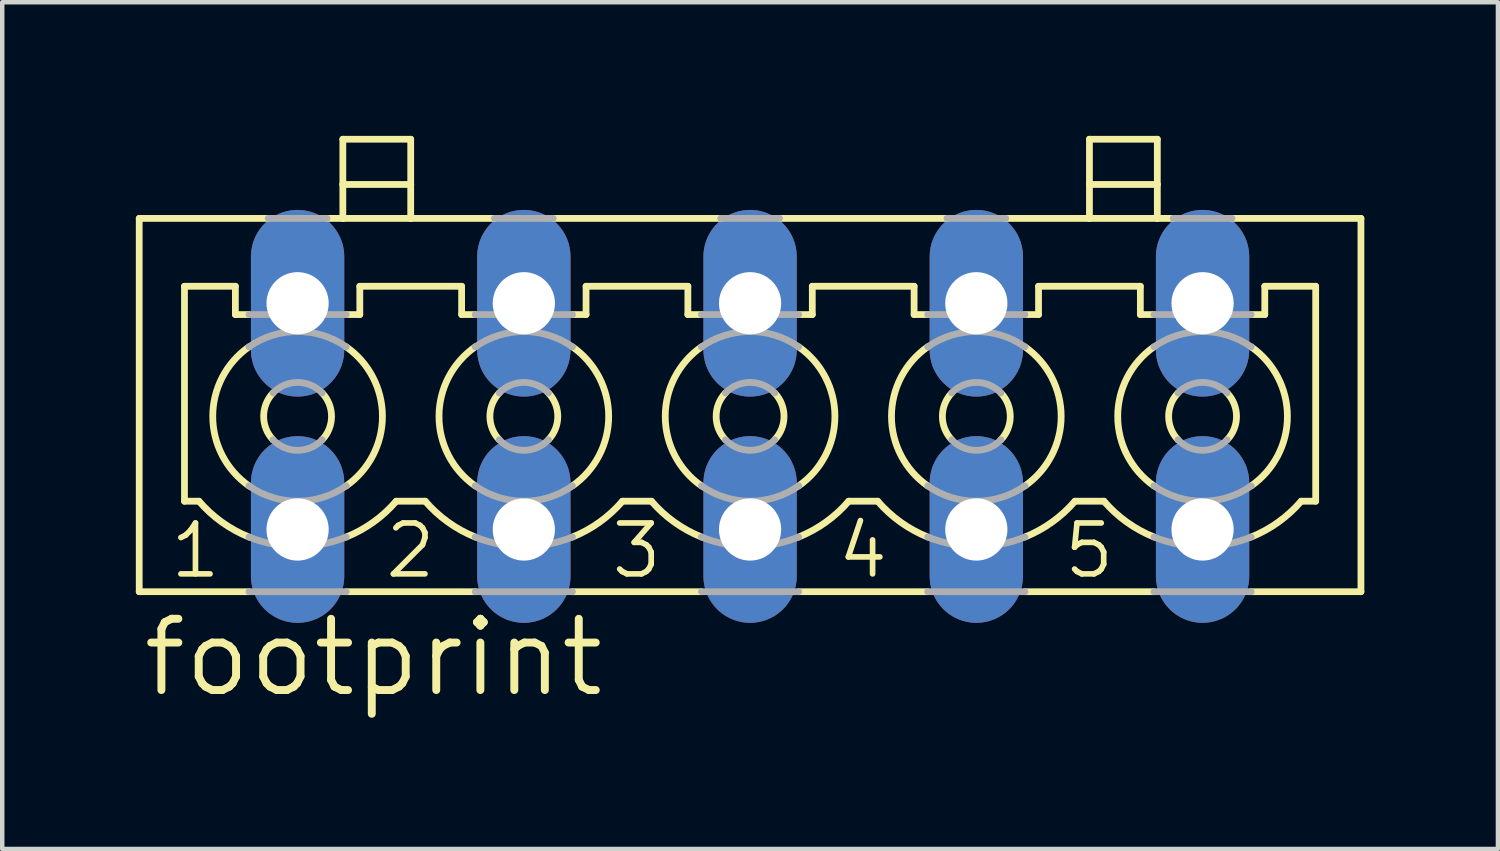
<source format=kicad_pcb>
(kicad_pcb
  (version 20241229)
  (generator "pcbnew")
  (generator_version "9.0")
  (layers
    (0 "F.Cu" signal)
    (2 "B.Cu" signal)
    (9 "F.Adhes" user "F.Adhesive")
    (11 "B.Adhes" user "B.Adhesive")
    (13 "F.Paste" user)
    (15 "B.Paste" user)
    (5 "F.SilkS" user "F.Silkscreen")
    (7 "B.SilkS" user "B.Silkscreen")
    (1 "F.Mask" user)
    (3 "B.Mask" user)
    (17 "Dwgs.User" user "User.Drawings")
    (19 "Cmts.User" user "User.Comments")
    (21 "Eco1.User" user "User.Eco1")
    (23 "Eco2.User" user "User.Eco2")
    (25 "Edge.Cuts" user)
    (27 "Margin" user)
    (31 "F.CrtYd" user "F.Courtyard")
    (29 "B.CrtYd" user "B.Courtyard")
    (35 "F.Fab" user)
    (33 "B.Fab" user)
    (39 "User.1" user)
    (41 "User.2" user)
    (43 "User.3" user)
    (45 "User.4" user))
  (footprint "footprint"
    (layer "F.Cu")
    (at 13.792 6.299)
    (property "Reference" "footprint" (at -13.716 6.35 0) (layer "F.SilkS") (effects (font (size 1.6 1.6) (thickness 0.178)) (justify left bottom)))
    (fp_line (start -13.716 -4.445) (end -13.716 3.937) (stroke (width 0.152) (type solid)) (layer "F.SilkS"))
    (fp_line (start -13.716 -4.445) (end -10.82 -4.445) (stroke (width 0.152) (type solid)) (layer "F.SilkS"))
    (fp_line (start -13.716 3.937) (end -11.252 3.937) (stroke (width 0.152) (type solid)) (layer "F.SilkS"))
    (fp_line (start -12.7 -2.921) (end -12.7 1.905) (stroke (width 0.152) (type solid)) (layer "F.SilkS"))
    (fp_line (start -12.7 -2.921) (end -11.557 -2.921) (stroke (width 0.152) (type solid)) (layer "F.SilkS"))
    (fp_line (start -12.7 1.905) (end -12.374 1.905) (stroke (width 0.152) (type solid)) (layer "F.SilkS"))
    (fp_line (start -11.557 -2.286) (end -11.557 -2.921) (stroke (width 0.152) (type solid)) (layer "F.SilkS"))
    (fp_line (start -11.557 -2.286) (end -11.252 -2.286) (stroke (width 0.152) (type solid)) (layer "F.SilkS"))
    (fp_line (start -9.5 -4.445) (end -9.144 -4.445) (stroke (width 0.152) (type solid)) (layer "F.SilkS"))
    (fp_line (start -9.144 -5.207) (end -9.144 -6.223) (stroke (width 0.152) (type solid)) (layer "F.SilkS"))
    (fp_line (start -9.144 -5.207) (end -7.62 -5.207) (stroke (width 0.152) (type solid)) (layer "F.SilkS"))
    (fp_line (start -9.144 -4.445) (end -9.144 -5.207) (stroke (width 0.152) (type solid)) (layer "F.SilkS"))
    (fp_line (start -9.144 -4.445) (end -7.62 -4.445) (stroke (width 0.152) (type solid)) (layer "F.SilkS"))
    (fp_line (start -9.068 -2.286) (end -8.763 -2.286) (stroke (width 0.152) (type solid)) (layer "F.SilkS"))
    (fp_line (start -9.068 3.937) (end -6.172 3.937) (stroke (width 0.152) (type solid)) (layer "F.SilkS"))
    (fp_line (start -8.763 -2.921) (end -6.477 -2.921) (stroke (width 0.152) (type solid)) (layer "F.SilkS"))
    (fp_line (start -8.763 -2.286) (end -8.763 -2.921) (stroke (width 0.152) (type solid)) (layer "F.SilkS"))
    (fp_line (start -7.946 1.905) (end -7.294 1.905) (stroke (width 0.152) (type solid)) (layer "F.SilkS"))
    (fp_line (start -7.62 -6.223) (end -9.144 -6.223) (stroke (width 0.152) (type solid)) (layer "F.SilkS"))
    (fp_line (start -7.62 -5.207) (end -7.62 -6.223) (stroke (width 0.152) (type solid)) (layer "F.SilkS"))
    (fp_line (start -7.62 -4.445) (end -7.62 -5.207) (stroke (width 0.152) (type solid)) (layer "F.SilkS"))
    (fp_line (start -7.62 -4.445) (end -5.74 -4.445) (stroke (width 0.152) (type solid)) (layer "F.SilkS"))
    (fp_line (start -6.477 -2.286) (end -6.477 -2.921) (stroke (width 0.152) (type solid)) (layer "F.SilkS"))
    (fp_line (start -6.477 -2.286) (end -6.172 -2.286) (stroke (width 0.152) (type solid)) (layer "F.SilkS"))
    (fp_line (start -4.42 -4.445) (end -0.635 -4.445) (stroke (width 0.152) (type solid)) (layer "F.SilkS"))
    (fp_line (start -3.988 -2.286) (end -3.683 -2.286) (stroke (width 0.152) (type solid)) (layer "F.SilkS"))
    (fp_line (start -3.988 3.937) (end -1.092 3.937) (stroke (width 0.152) (type solid)) (layer "F.SilkS"))
    (fp_line (start -3.683 -2.921) (end -1.397 -2.921) (stroke (width 0.152) (type solid)) (layer "F.SilkS"))
    (fp_line (start -3.683 -2.286) (end -3.683 -2.921) (stroke (width 0.152) (type solid)) (layer "F.SilkS"))
    (fp_line (start -2.866 1.905) (end -2.214 1.905) (stroke (width 0.152) (type solid)) (layer "F.SilkS"))
    (fp_line (start -1.397 -2.286) (end -1.397 -2.921) (stroke (width 0.152) (type solid)) (layer "F.SilkS"))
    (fp_line (start -1.397 -2.286) (end -1.092 -2.286) (stroke (width 0.152) (type solid)) (layer "F.SilkS"))
    (fp_line (start 0.66 -4.445) (end 4.445 -4.445) (stroke (width 0.152) (type solid)) (layer "F.SilkS"))
    (fp_line (start 1.092 -2.286) (end 1.397 -2.286) (stroke (width 0.152) (type solid)) (layer "F.SilkS"))
    (fp_line (start 1.092 3.937) (end 3.988 3.937) (stroke (width 0.152) (type solid)) (layer "F.SilkS"))
    (fp_line (start 1.397 -2.921) (end 3.683 -2.921) (stroke (width 0.152) (type solid)) (layer "F.SilkS"))
    (fp_line (start 1.397 -2.286) (end 1.397 -2.921) (stroke (width 0.152) (type solid)) (layer "F.SilkS"))
    (fp_line (start 2.214 1.905) (end 2.866 1.905) (stroke (width 0.152) (type solid)) (layer "F.SilkS"))
    (fp_line (start 3.683 -2.286) (end 3.683 -2.921) (stroke (width 0.152) (type solid)) (layer "F.SilkS"))
    (fp_line (start 3.683 -2.286) (end 3.988 -2.286) (stroke (width 0.152) (type solid)) (layer "F.SilkS"))
    (fp_line (start 5.74 -4.445) (end 7.62 -4.445) (stroke (width 0.152) (type solid)) (layer "F.SilkS"))
    (fp_line (start 6.172 -2.286) (end 6.477 -2.286) (stroke (width 0.152) (type solid)) (layer "F.SilkS"))
    (fp_line (start 6.172 3.937) (end 9.068 3.937) (stroke (width 0.152) (type solid)) (layer "F.SilkS"))
    (fp_line (start 6.477 -2.921) (end 8.763 -2.921) (stroke (width 0.152) (type solid)) (layer "F.SilkS"))
    (fp_line (start 6.477 -2.286) (end 6.477 -2.921) (stroke (width 0.152) (type solid)) (layer "F.SilkS"))
    (fp_line (start 7.294 1.905) (end 7.946 1.905) (stroke (width 0.152) (type solid)) (layer "F.SilkS"))
    (fp_line (start 7.62 -5.207) (end 7.62 -6.223) (stroke (width 0.152) (type solid)) (layer "F.SilkS"))
    (fp_line (start 7.62 -5.207) (end 9.144 -5.207) (stroke (width 0.152) (type solid)) (layer "F.SilkS"))
    (fp_line (start 7.62 -4.445) (end 7.62 -5.207) (stroke (width 0.152) (type solid)) (layer "F.SilkS"))
    (fp_line (start 7.62 -4.445) (end 9.144 -4.445) (stroke (width 0.152) (type solid)) (layer "F.SilkS"))
    (fp_line (start 8.763 -2.286) (end 8.763 -2.921) (stroke (width 0.152) (type solid)) (layer "F.SilkS"))
    (fp_line (start 8.763 -2.286) (end 9.068 -2.286) (stroke (width 0.152) (type solid)) (layer "F.SilkS"))
    (fp_line (start 9.144 -6.223) (end 7.62 -6.223) (stroke (width 0.152) (type solid)) (layer "F.SilkS"))
    (fp_line (start 9.144 -5.207) (end 9.144 -6.223) (stroke (width 0.152) (type solid)) (layer "F.SilkS"))
    (fp_line (start 9.144 -4.445) (end 9.144 -5.207) (stroke (width 0.152) (type solid)) (layer "F.SilkS"))
    (fp_line (start 9.144 -4.445) (end 9.5 -4.445) (stroke (width 0.152) (type solid)) (layer "F.SilkS"))
    (fp_line (start 10.82 -4.445) (end 13.716 -4.445) (stroke (width 0.152) (type solid)) (layer "F.SilkS"))
    (fp_line (start 11.252 -2.286) (end 11.557 -2.286) (stroke (width 0.152) (type solid)) (layer "F.SilkS"))
    (fp_line (start 11.252 3.937) (end 13.716 3.937) (stroke (width 0.152) (type solid)) (layer "F.SilkS"))
    (fp_line (start 11.557 -2.921) (end 12.7 -2.921) (stroke (width 0.152) (type solid)) (layer "F.SilkS"))
    (fp_line (start 11.557 -2.286) (end 11.557 -2.921) (stroke (width 0.152) (type solid)) (layer "F.SilkS"))
    (fp_line (start 12.374 1.905) (end 12.7 1.905) (stroke (width 0.152) (type solid)) (layer "F.SilkS"))
    (fp_line (start 12.7 1.905) (end 12.7 -2.921) (stroke (width 0.152) (type solid)) (layer "F.SilkS"))
    (fp_line (start 13.716 -4.445) (end 13.716 3.937) (stroke (width 0.152) (type solid)) (layer "F.SilkS"))
    (fp_arc (start -11.252199 1.560801) (mid -12.064993 0.000001) (end -11.2522 -1.5608) (stroke (width 0.1524) (type solid)) (layer "F.SilkS"))
    (fp_arc (start -11.2518 2.7092) (mid -11.861094 2.374351) (end -12.374 1.905) (stroke (width 0.1524) (type solid)) (layer "F.SilkS"))
    (fp_arc (start -10.7114 0.526) (mid -10.922049 0) (end -10.7114 -0.526) (stroke (width 0.1524) (type solid)) (layer "F.SilkS"))
    (fp_arc (start -9.608599 -0.525999) (mid -9.397951 0.000001) (end -9.6086 0.526) (stroke (width 0.1524) (type solid)) (layer "F.SilkS"))
    (fp_arc (start -9.0678 -1.5608) (mid -8.255007 0) (end -9.0678 1.5608) (stroke (width 0.1524) (type solid)) (layer "F.SilkS"))
    (fp_arc (start -7.9455 1.9051) (mid -8.458459 2.374412) (end -9.0678 2.7092) (stroke (width 0.1524) (type solid)) (layer "F.SilkS"))
    (fp_arc (start -6.172199 1.560801) (mid -6.984993 0.000001) (end -6.1722 -1.5608) (stroke (width 0.1524) (type solid)) (layer "F.SilkS"))
    (fp_arc (start -6.1718 2.7092) (mid -6.781094 2.374351) (end -7.294 1.905) (stroke (width 0.1524) (type solid)) (layer "F.SilkS"))
    (fp_arc (start -5.6314 0.526) (mid -5.842049 0) (end -5.6314 -0.526) (stroke (width 0.1524) (type solid)) (layer "F.SilkS"))
    (fp_arc (start -4.528599 -0.525999) (mid -4.317951 0.000001) (end -4.5286 0.526) (stroke (width 0.1524) (type solid)) (layer "F.SilkS"))
    (fp_arc (start -3.9878 -1.5608) (mid -3.175007 0) (end -3.9878 1.5608) (stroke (width 0.1524) (type solid)) (layer "F.SilkS"))
    (fp_arc (start -2.8655 1.9051) (mid -3.378459 2.374412) (end -3.9878 2.7092) (stroke (width 0.1524) (type solid)) (layer "F.SilkS"))
    (fp_arc (start -1.0922 1.5608) (mid -1.904993 0) (end -1.0922 -1.5608) (stroke (width 0.1524) (type solid)) (layer "F.SilkS"))
    (fp_arc (start -1.0918 2.7092) (mid -1.701094 2.374351) (end -2.214 1.905) (stroke (width 0.1524) (type solid)) (layer "F.SilkS"))
    (fp_arc (start -0.5514 0.526) (mid -0.762049 0) (end -0.5514 -0.526) (stroke (width 0.1524) (type solid)) (layer "F.SilkS"))
    (fp_arc (start 0.5514 -0.526) (mid 0.762049 0) (end 0.5514 0.526) (stroke (width 0.1524) (type solid)) (layer "F.SilkS"))
    (fp_arc (start 1.0922 -1.5608) (mid 1.904993 0) (end 1.0922 1.5608) (stroke (width 0.1524) (type solid)) (layer "F.SilkS"))
    (fp_arc (start 2.214 1.905) (mid 1.701094 2.374351) (end 1.0918 2.7092) (stroke (width 0.1524) (type solid)) (layer "F.SilkS"))
    (fp_arc (start 3.9878 1.5608) (mid 3.175007 0) (end 3.9878 -1.5608) (stroke (width 0.1524) (type solid)) (layer "F.SilkS"))
    (fp_arc (start 3.9882 2.709) (mid 3.378916 2.374254) (end 2.866 1.905) (stroke (width 0.1524) (type solid)) (layer "F.SilkS"))
    (fp_arc (start 4.528599 0.525999) (mid 4.317951 -0.000001) (end 4.5286 -0.526) (stroke (width 0.1524) (type solid)) (layer "F.SilkS"))
    (fp_arc (start 5.6314 -0.526) (mid 5.842049 0) (end 5.6314 0.526) (stroke (width 0.1524) (type solid)) (layer "F.SilkS"))
    (fp_arc (start 6.172199 -1.560801) (mid 6.984993 -0.000001) (end 6.1722 1.5608) (stroke (width 0.1524) (type solid)) (layer "F.SilkS"))
    (fp_arc (start 7.294 1.905) (mid 6.781094 2.374351) (end 6.1718 2.7092) (stroke (width 0.1524) (type solid)) (layer "F.SilkS"))
    (fp_arc (start 9.0678 1.5608) (mid 8.255007 0) (end 9.0678 -1.5608) (stroke (width 0.1524) (type solid)) (layer "F.SilkS"))
    (fp_arc (start 9.0682 2.709) (mid 8.458916 2.374254) (end 7.946 1.905) (stroke (width 0.1524) (type solid)) (layer "F.SilkS"))
    (fp_arc (start 9.608599 0.525999) (mid 9.397951 -0.000001) (end 9.6086 -0.526) (stroke (width 0.1524) (type solid)) (layer "F.SilkS"))
    (fp_arc (start 10.7114 -0.526) (mid 10.922049 0) (end 10.7114 0.526) (stroke (width 0.1524) (type solid)) (layer "F.SilkS"))
    (fp_arc (start 11.252199 -1.560801) (mid 12.064993 -0.000001) (end 11.2522 1.5608) (stroke (width 0.1524) (type solid)) (layer "F.SilkS"))
    (fp_arc (start 12.374 1.905) (mid 11.861094 2.374351) (end 11.2518 2.7092) (stroke (width 0.1524) (type solid)) (layer "F.SilkS"))
    (fp_line (start -11.252 -2.286) (end -9.068 -2.286) (stroke (width 0.152) (type solid)) (layer "F.Fab"))
    (fp_line (start -11.252 3.937) (end -9.068 3.937) (stroke (width 0.152) (type solid)) (layer "F.Fab"))
    (fp_line (start -10.82 -4.445) (end -9.5 -4.445) (stroke (width 0.152) (type solid)) (layer "F.Fab"))
    (fp_line (start -6.172 -2.286) (end -3.988 -2.286) (stroke (width 0.152) (type solid)) (layer "F.Fab"))
    (fp_line (start -6.172 3.937) (end -3.988 3.937) (stroke (width 0.152) (type solid)) (layer "F.Fab"))
    (fp_line (start -5.74 -4.445) (end -4.42 -4.445) (stroke (width 0.152) (type solid)) (layer "F.Fab"))
    (fp_line (start -1.092 -2.286) (end 1.092 -2.286) (stroke (width 0.152) (type solid)) (layer "F.Fab"))
    (fp_line (start -1.092 3.937) (end 1.092 3.937) (stroke (width 0.152) (type solid)) (layer "F.Fab"))
    (fp_line (start -0.66 -4.445) (end 0.66 -4.445) (stroke (width 0.152) (type solid)) (layer "F.Fab"))
    (fp_line (start 3.988 -2.286) (end 6.172 -2.286) (stroke (width 0.152) (type solid)) (layer "F.Fab"))
    (fp_line (start 3.988 3.937) (end 6.172 3.937) (stroke (width 0.152) (type solid)) (layer "F.Fab"))
    (fp_line (start 4.42 -4.445) (end 5.74 -4.445) (stroke (width 0.152) (type solid)) (layer "F.Fab"))
    (fp_line (start 9.068 -2.286) (end 11.252 -2.286) (stroke (width 0.152) (type solid)) (layer "F.Fab"))
    (fp_line (start 9.068 3.937) (end 11.252 3.937) (stroke (width 0.152) (type solid)) (layer "F.Fab"))
    (fp_line (start 9.5 -4.445) (end 10.82 -4.445) (stroke (width 0.152) (type solid)) (layer "F.Fab"))
    (fp_arc (start -11.2522 -1.5608) (mid -10.16 -1.904993) (end -9.0678 -1.5608) (stroke (width 0.1524) (type solid)) (layer "F.Fab"))
    (fp_arc (start -10.7114 -0.526) (mid -10.16 -0.762049) (end -9.6086 -0.526) (stroke (width 0.1524) (type solid)) (layer "F.Fab"))
    (fp_arc (start -9.6086 0.526) (mid -10.16 0.762049) (end -10.7114 0.526) (stroke (width 0.1524) (type solid)) (layer "F.Fab"))
    (fp_arc (start -9.0678 1.5608) (mid -10.16 1.904993) (end -11.2522 1.5608) (stroke (width 0.1524) (type solid)) (layer "F.Fab"))
    (fp_arc (start -9.0678 2.7092) (mid -10.16 2.921073) (end -11.2522 2.7092) (stroke (width 0.1524) (type solid)) (layer "F.Fab"))
    (fp_arc (start -6.1722 -1.5608) (mid -5.08 -1.904993) (end -3.9878 -1.5608) (stroke (width 0.1524) (type solid)) (layer "F.Fab"))
    (fp_arc (start -5.6314 -0.526) (mid -5.08 -0.762049) (end -4.5286 -0.526) (stroke (width 0.1524) (type solid)) (layer "F.Fab"))
    (fp_arc (start -4.5286 0.526) (mid -5.08 0.762049) (end -5.6314 0.526) (stroke (width 0.1524) (type solid)) (layer "F.Fab"))
    (fp_arc (start -3.9878 1.5608) (mid -5.08 1.904993) (end -6.1722 1.5608) (stroke (width 0.1524) (type solid)) (layer "F.Fab"))
    (fp_arc (start -3.9878 2.7092) (mid -5.08 2.921073) (end -6.1722 2.7092) (stroke (width 0.1524) (type solid)) (layer "F.Fab"))
    (fp_arc (start -1.0922 -1.5608) (mid 0 -1.904993) (end 1.0922 -1.5608) (stroke (width 0.1524) (type solid)) (layer "F.Fab"))
    (fp_arc (start -0.5514 -0.526) (mid 0 -0.762049) (end 0.5514 -0.526) (stroke (width 0.1524) (type solid)) (layer "F.Fab"))
    (fp_arc (start 0.5514 0.526) (mid 0 0.762049) (end -0.5514 0.526) (stroke (width 0.1524) (type solid)) (layer "F.Fab"))
    (fp_arc (start 1.0922 1.5608) (mid 0 1.904993) (end -1.0922 1.5608) (stroke (width 0.1524) (type solid)) (layer "F.Fab"))
    (fp_arc (start 1.0922 2.7092) (mid 0 2.921073) (end -1.0922 2.7092) (stroke (width 0.1524) (type solid)) (layer "F.Fab"))
    (fp_arc (start 3.9878 -1.5608) (mid 5.08 -1.904993) (end 6.1722 -1.5608) (stroke (width 0.1524) (type solid)) (layer "F.Fab"))
    (fp_arc (start 4.5286 -0.526) (mid 5.08 -0.762049) (end 5.6314 -0.526) (stroke (width 0.1524) (type solid)) (layer "F.Fab"))
    (fp_arc (start 5.6314 0.526) (mid 5.08 0.762049) (end 4.5286 0.526) (stroke (width 0.1524) (type solid)) (layer "F.Fab"))
    (fp_arc (start 6.1722 1.5608) (mid 5.08 1.904993) (end 3.9878 1.5608) (stroke (width 0.1524) (type solid)) (layer "F.Fab"))
    (fp_arc (start 6.1722 2.7092) (mid 5.08 2.921073) (end 3.9878 2.7092) (stroke (width 0.1524) (type solid)) (layer "F.Fab"))
    (fp_arc (start 9.0678 -1.5608) (mid 10.16 -1.904993) (end 11.2522 -1.5608) (stroke (width 0.1524) (type solid)) (layer "F.Fab"))
    (fp_arc (start 9.6086 -0.526) (mid 10.16 -0.762049) (end 10.7114 -0.526) (stroke (width 0.1524) (type solid)) (layer "F.Fab"))
    (fp_arc (start 10.7114 0.526) (mid 10.16 0.762049) (end 9.6086 0.526) (stroke (width 0.1524) (type solid)) (layer "F.Fab"))
    (fp_arc (start 11.2522 1.5608) (mid 10.16 1.904993) (end 9.0678 1.5608) (stroke (width 0.1524) (type solid)) (layer "F.Fab"))
    (fp_arc (start 11.2522 2.7092) (mid 10.16 2.921073) (end 9.0678 2.7092) (stroke (width 0.1524) (type solid)) (layer "F.Fab"))
    (fp_text user "3" (at -3.175 3.683 0) (layer "F.SilkS") (effects (font (size 1.143 1.143) (thickness 0.127)) (justify left bottom)))
    (fp_text user "5" (at 6.985 3.683 0) (layer "F.SilkS") (effects (font (size 1.143 1.143) (thickness 0.127)) (justify left bottom)))
    (fp_text user "2" (at -8.255 3.683 0) (layer "F.SilkS") (effects (font (size 1.143 1.143) (thickness 0.127)) (justify left bottom)))
    (fp_text user "1" (at -13.081 3.683 0) (layer "F.SilkS") (effects (font (size 1.143 1.143) (thickness 0.127)) (justify left bottom)))
    (fp_text user "4" (at 1.905 3.683 0) (layer "F.SilkS") (effects (font (size 1.143 1.143) (thickness 0.127)) (justify left bottom)))
    (pad "1" thru_hole oval (at -10.16 -2.54 90) (size 4.191 2.095) (drill 1.397) (layers "*.Cu" "*.Mask"))
    (pad "1A" thru_hole oval (at -10.16 2.54 90) (size 4.191 2.095) (drill 1.397) (layers "*.Cu" "*.Mask"))
    (pad "2" thru_hole oval (at -5.08 -2.54 90) (size 4.191 2.095) (drill 1.397) (layers "*.Cu" "*.Mask"))
    (pad "2A" thru_hole oval (at -5.08 2.54 90) (size 4.191 2.095) (drill 1.397) (layers "*.Cu" "*.Mask"))
    (pad "3" thru_hole oval (at 0 -2.54 90) (size 4.191 2.095) (drill 1.397) (layers "*.Cu" "*.Mask"))
    (pad "3A" thru_hole oval (at 0 2.54 90) (size 4.191 2.095) (drill 1.397) (layers "*.Cu" "*.Mask"))
    (pad "4" thru_hole oval (at 5.08 -2.54 90) (size 4.191 2.095) (drill 1.397) (layers "*.Cu" "*.Mask"))
    (pad "4A" thru_hole oval (at 5.08 2.54 90) (size 4.191 2.095) (drill 1.397) (layers "*.Cu" "*.Mask"))
    (pad "5" thru_hole oval (at 10.16 -2.54 90) (size 4.191 2.095) (drill 1.397) (layers "*.Cu" "*.Mask"))
    (pad "5A" thru_hole oval (at 10.16 2.54 90) (size 4.191 2.095) (drill 1.397) (layers "*.Cu" "*.Mask")))
  (gr_rect
    (start -3 -3)
    (end 30.584 16.012)
    (stroke (width 0.1) (type default))
    (fill no)
    (layer "Edge.Cuts")))
</source>
